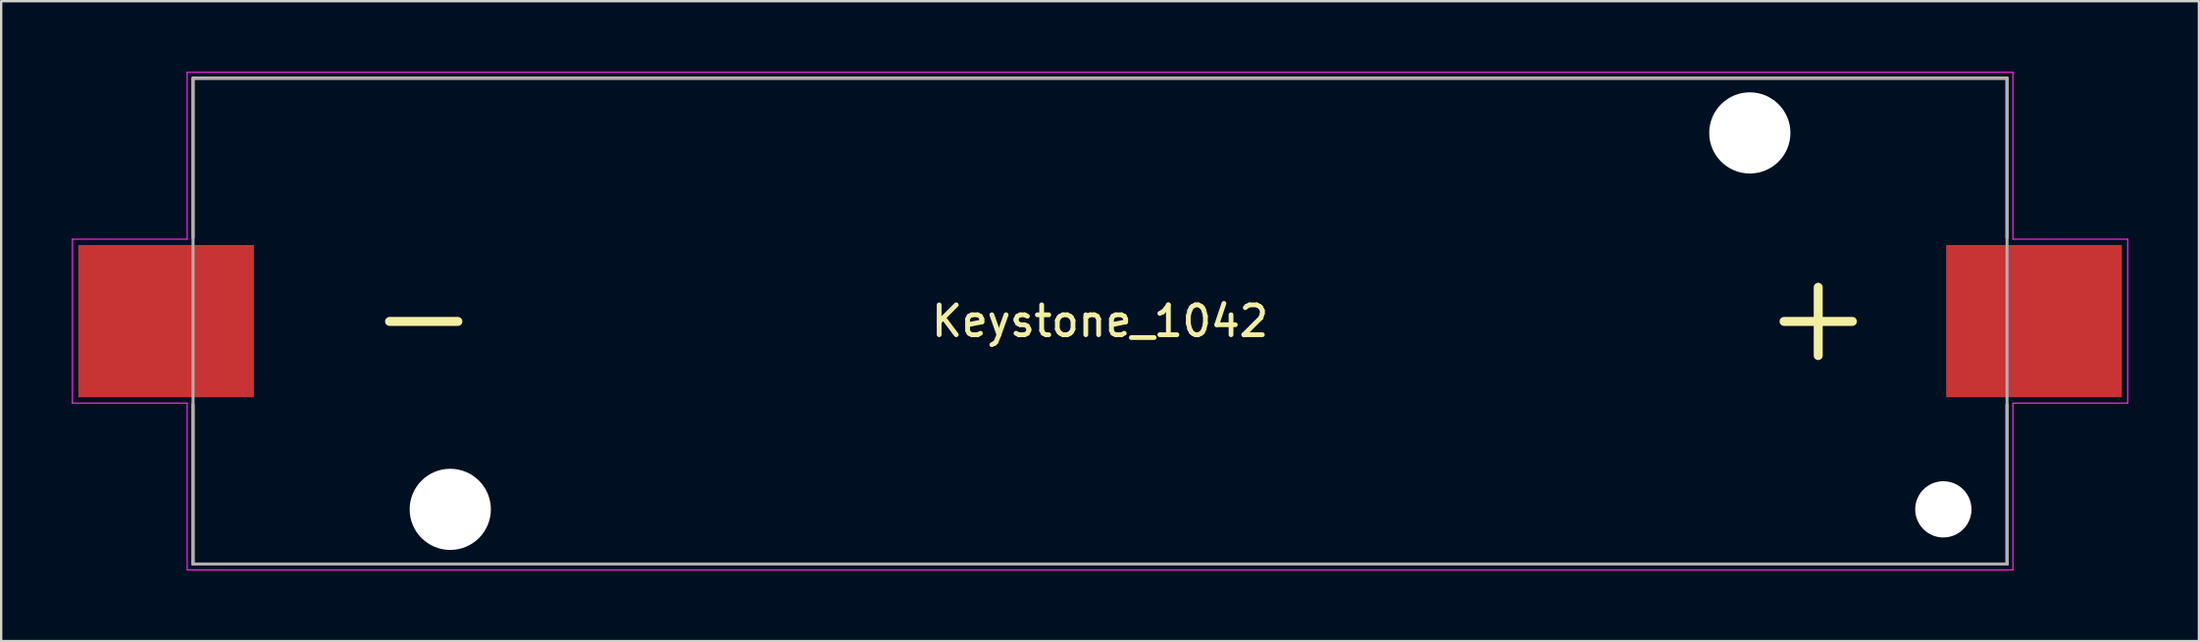
<source format=kicad_pcb>
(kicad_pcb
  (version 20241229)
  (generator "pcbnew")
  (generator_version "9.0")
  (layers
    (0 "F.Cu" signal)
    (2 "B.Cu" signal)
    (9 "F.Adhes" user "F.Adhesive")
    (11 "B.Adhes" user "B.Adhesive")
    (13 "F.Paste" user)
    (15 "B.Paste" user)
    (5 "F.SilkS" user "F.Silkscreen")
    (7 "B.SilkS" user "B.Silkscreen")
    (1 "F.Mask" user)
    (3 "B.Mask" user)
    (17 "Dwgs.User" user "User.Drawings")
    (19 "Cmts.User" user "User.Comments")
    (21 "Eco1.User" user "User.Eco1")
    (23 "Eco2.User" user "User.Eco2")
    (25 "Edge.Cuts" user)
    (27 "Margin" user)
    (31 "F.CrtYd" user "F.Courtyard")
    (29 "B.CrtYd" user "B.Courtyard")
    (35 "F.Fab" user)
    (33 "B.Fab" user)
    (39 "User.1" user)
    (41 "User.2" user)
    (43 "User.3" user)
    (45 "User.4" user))
  (footprint "Keystone_1042"
    (layer "F.Cu")
    (at 43.675 10.6)
    (property "Reference" "Keystone_1042" (at 0 0 0) (layer "F.SilkS") (effects (font (size 1.27 1.27) (thickness 0.203))))
    (attr through_hole)
    (fp_line (start -38.525 -10.325) (end 38.525 -10.325) (stroke (width 0.127) (type solid)) (layer "F.SilkS"))
    (fp_line (start -38.525 -3.55) (end -38.525 -10.325) (stroke (width 0.127) (type solid)) (layer "F.SilkS"))
    (fp_line (start -38.525 10.325) (end -38.525 3.55) (stroke (width 0.127) (type solid)) (layer "F.SilkS"))
    (fp_line (start 38.525 -10.325) (end 38.525 -3.55) (stroke (width 0.127) (type solid)) (layer "F.SilkS"))
    (fp_line (start 38.525 3.55) (end 38.525 10.325) (stroke (width 0.127) (type solid)) (layer "F.SilkS"))
    (fp_line (start 38.525 10.325) (end -38.525 10.325) (stroke (width 0.127) (type solid)) (layer "F.SilkS"))
    (fp_line (start -43.65 -3.485) (end -38.775 -3.485) (stroke (width 0.05) (type solid)) (layer "F.CrtYd"))
    (fp_line (start -43.65 3.485) (end -43.65 -3.485) (stroke (width 0.05) (type solid)) (layer "F.CrtYd"))
    (fp_line (start -38.775 -10.575) (end 38.775 -10.575) (stroke (width 0.05) (type solid)) (layer "F.CrtYd"))
    (fp_line (start -38.775 -3.485) (end -38.775 -10.575) (stroke (width 0.05) (type solid)) (layer "F.CrtYd"))
    (fp_line (start -38.775 3.485) (end -43.65 3.485) (stroke (width 0.05) (type solid)) (layer "F.CrtYd"))
    (fp_line (start -38.775 10.575) (end -38.775 3.485) (stroke (width 0.05) (type solid)) (layer "F.CrtYd"))
    (fp_line (start 38.775 -10.575) (end 38.775 -3.485) (stroke (width 0.05) (type solid)) (layer "F.CrtYd"))
    (fp_line (start 38.775 -3.485) (end 43.65 -3.485) (stroke (width 0.05) (type solid)) (layer "F.CrtYd"))
    (fp_line (start 38.775 3.485) (end 38.775 10.575) (stroke (width 0.05) (type solid)) (layer "F.CrtYd"))
    (fp_line (start 38.775 10.575) (end -38.775 10.575) (stroke (width 0.05) (type solid)) (layer "F.CrtYd"))
    (fp_line (start 43.65 -3.485) (end 43.65 3.485) (stroke (width 0.05) (type solid)) (layer "F.CrtYd"))
    (fp_line (start 43.65 3.485) (end 38.775 3.485) (stroke (width 0.05) (type solid)) (layer "F.CrtYd"))
    (fp_line (start -38.525 -10.325) (end 38.525 -10.325) (stroke (width 0.127) (type solid)) (layer "F.Fab"))
    (fp_line (start -38.525 10.325) (end -38.525 -10.325) (stroke (width 0.127) (type solid)) (layer "F.Fab"))
    (fp_line (start 38.525 -10.325) (end 38.525 10.325) (stroke (width 0.127) (type solid)) (layer "F.Fab"))
    (fp_line (start 38.525 10.325) (end -38.525 10.325) (stroke (width 0.127) (type solid)) (layer "F.Fab"))
    (fp_text user "-" (at -28.727 -0.279 0) (unlocked yes) (layer "F.SilkS") (effects (font (size 3.81 3.81) (thickness 0.381))))
    (fp_text user "+" (at 30.505 -0.279 0) (unlocked yes) (layer "F.SilkS") (effects (font (size 3.81 3.81) (thickness 0.381))))
    (pad "" np_thru_hole circle (at -27.6 8) (size 3.45 3.45) (drill 3.45) (layers "*.Cu" "*.Mask"))
    (pad "" np_thru_hole circle (at 27.6 -8) (size 3.45 3.45) (drill 3.45) (layers "*.Cu" "*.Mask"))
    (pad "" np_thru_hole circle (at 35.82 8) (size 2.39 2.39) (drill 2.39) (layers "*.Cu" "*.Mask"))
    (pad "1" smd rect (at -39.67 0) (size 7.46 6.47) (layers "F.Cu" "F.Mask" "F.Paste"))
    (pad "2" smd rect (at 39.67 0) (size 7.46 6.47) (layers "F.Cu" "F.Mask" "F.Paste")))
  (gr_rect
    (start -3 -3)
    (end 90.35 24.2)
    (stroke (width 0.1) (type default))
    (fill no)
    (layer "Edge.Cuts")))
</source>
